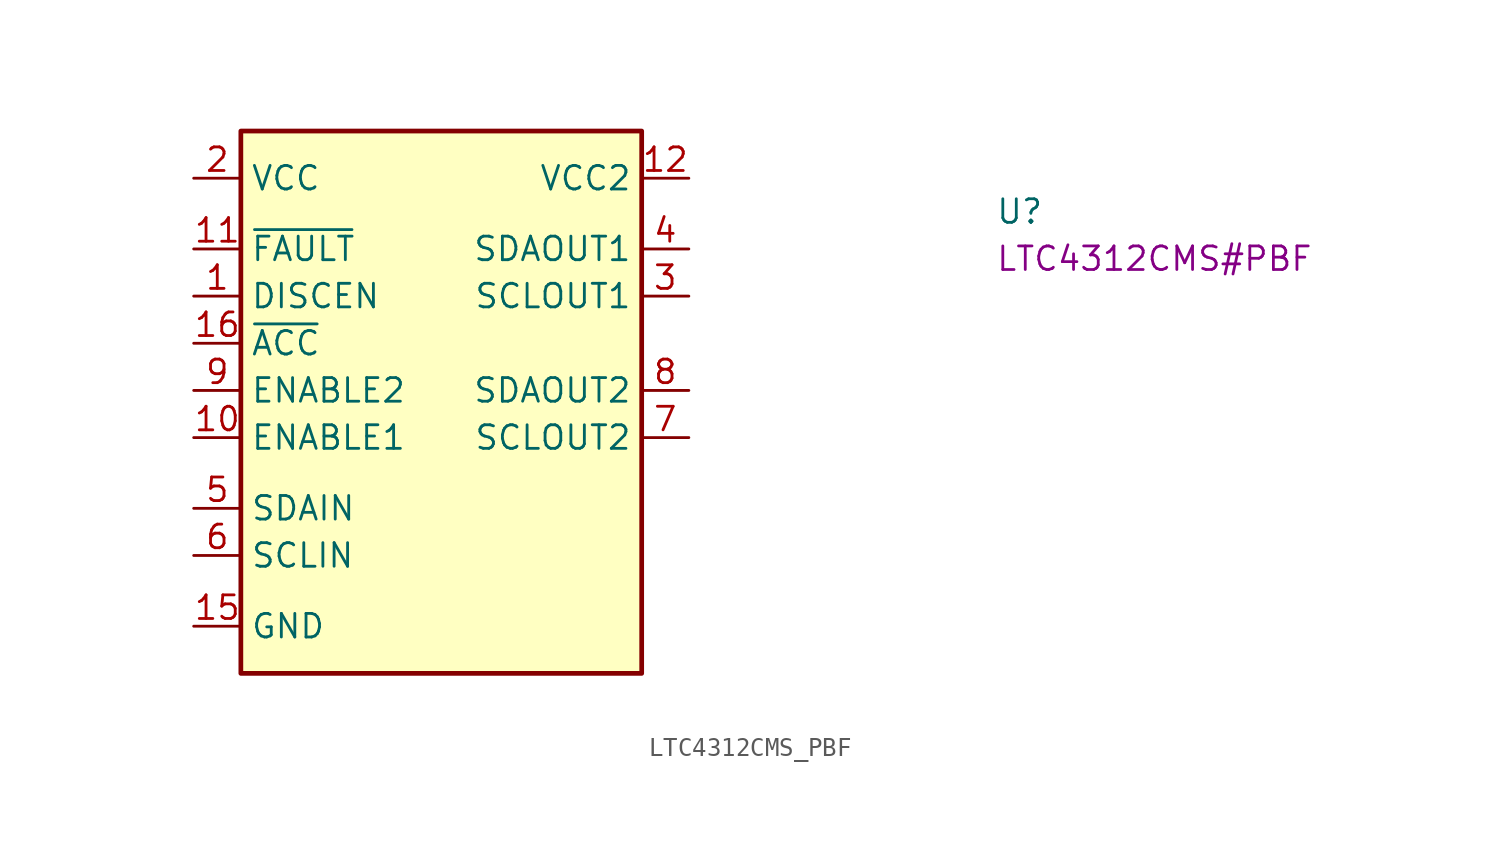
<source format=kicad_sym>
(kicad_symbol_lib
  (version 20220914)
  (generator kicad_symbol_editor)
  (symbol "LTC4312CMS_PBF"
    (property "Reference" "U"
      (at 43.18 -2.54 0)
      (effects (font (size 1.27 1.27) (thickness 0.15)) (justify left bottom)))
    (property "MPN" "LTC4312CMS#PBF"
      (at 43.18 -5.08 0)
      (effects (font (size 1.27 1.27) (thickness 0.15)) (justify left bottom)))
    (symbol "LTC4312CMS_PBF_1_1"
      (rectangle (start 2.54 2.54) (end 24.13 -26.67) (stroke (width 0.254) (type default)) (fill (type background)))
      (pin input line (at 0 -6.35 0) (length 2.54) (name "DISCEN" (effects (font (size 1.27 1.27)))) (number "1" (effects (font (size 1.27 1.27)))))
      (pin bidirectional line (at 0 -13.97 0) (length 2.54) (name "ENABLE1" (effects (font (size 1.27 1.27)))) (number "10" (effects (font (size 1.27 1.27)))))
      (pin output line (at 0 -3.81 0) (length 2.54) (name "~{FAULT}" (effects (font (size 1.27 1.27)))) (number "11" (effects (font (size 1.27 1.27)))))
      (pin power_in line (at 26.67 0 180) (length 2.54) (name "VCC2" (effects (font (size 1.27 1.27)))) (number "12" (effects (font (size 1.27 1.27)))))
      (pin no_connect line (at 24.13 -21.59 180) (length 2.54) hide (name "NC" (effects (font (size 1.27 1.27)))) (number "13" (effects (font (size 1.27 1.27)))))
      (pin no_connect line (at 24.13 -19.05 180) (length 2.54) hide (name "NC" (effects (font (size 1.27 1.27)))) (number "14" (effects (font (size 1.27 1.27)))))
      (pin power_in line (at 0 -24.13 0) (length 2.54) (name "GND" (effects (font (size 1.27 1.27)))) (number "15" (effects (font (size 1.27 1.27)))))
      (pin passive line (at 0 -8.89 0) (length 2.54) (name "~{ACC}" (effects (font (size 1.27 1.27)))) (number "16" (effects (font (size 1.27 1.27)))))
      (pin power_in line (at 0 0 0) (length 2.54) (name "VCC" (effects (font (size 1.27 1.27)))) (number "2" (effects (font (size 1.27 1.27)))))
      (pin bidirectional line (at 26.67 -6.35 180) (length 2.54) (name "SCLOUT1" (effects (font (size 1.27 1.27)))) (number "3" (effects (font (size 1.27 1.27)))))
      (pin bidirectional line (at 26.67 -3.81 180) (length 2.54) (name "SDAOUT1" (effects (font (size 1.27 1.27)))) (number "4" (effects (font (size 1.27 1.27)))))
      (pin bidirectional line (at 0 -17.78 0) (length 2.54) (name "SDAIN" (effects (font (size 1.27 1.27)))) (number "5" (effects (font (size 1.27 1.27)))))
      (pin bidirectional line (at 0 -20.32 0) (length 2.54) (name "SCLIN" (effects (font (size 1.27 1.27)))) (number "6" (effects (font (size 1.27 1.27)))))
      (pin bidirectional line (at 26.67 -13.97 180) (length 2.54) (name "SCLOUT2" (effects (font (size 1.27 1.27)))) (number "7" (effects (font (size 1.27 1.27)))))
      (pin bidirectional line (at 26.67 -11.43 180) (length 2.54) (name "SDAOUT2" (effects (font (size 1.27 1.27)))) (number "8" (effects (font (size 1.27 1.27)))))
      (pin bidirectional line (at 0 -11.43 0) (length 2.54) (name "ENABLE2" (effects (font (size 1.27 1.27)))) (number "9" (effects (font (size 1.27 1.27))))))))
</source>
